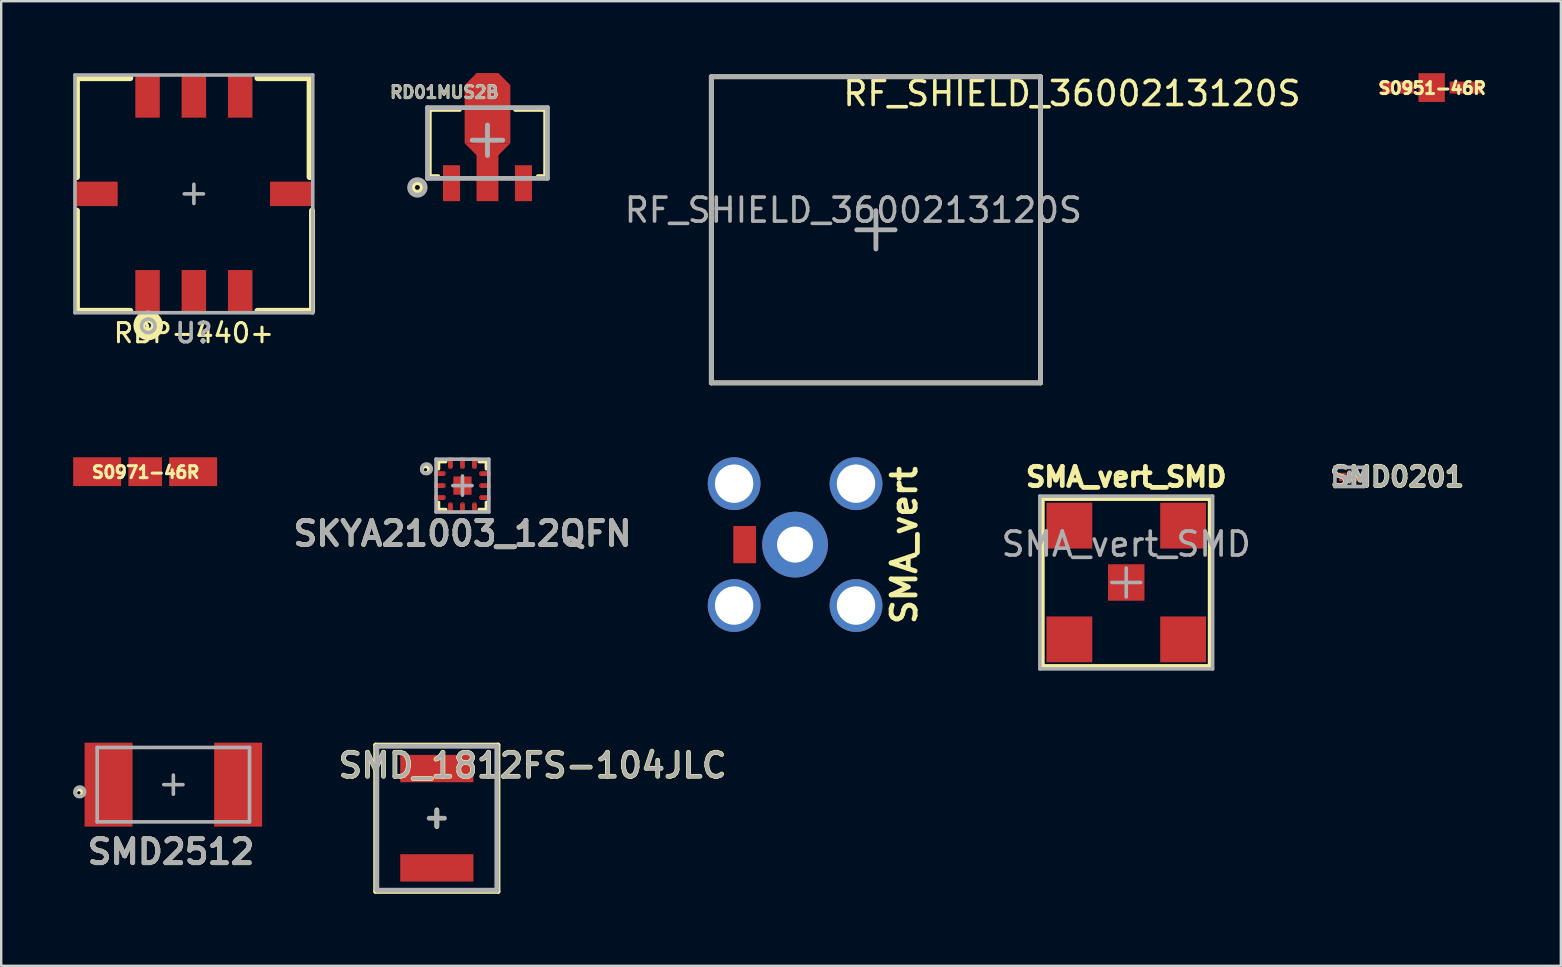
<source format=kicad_pcb>
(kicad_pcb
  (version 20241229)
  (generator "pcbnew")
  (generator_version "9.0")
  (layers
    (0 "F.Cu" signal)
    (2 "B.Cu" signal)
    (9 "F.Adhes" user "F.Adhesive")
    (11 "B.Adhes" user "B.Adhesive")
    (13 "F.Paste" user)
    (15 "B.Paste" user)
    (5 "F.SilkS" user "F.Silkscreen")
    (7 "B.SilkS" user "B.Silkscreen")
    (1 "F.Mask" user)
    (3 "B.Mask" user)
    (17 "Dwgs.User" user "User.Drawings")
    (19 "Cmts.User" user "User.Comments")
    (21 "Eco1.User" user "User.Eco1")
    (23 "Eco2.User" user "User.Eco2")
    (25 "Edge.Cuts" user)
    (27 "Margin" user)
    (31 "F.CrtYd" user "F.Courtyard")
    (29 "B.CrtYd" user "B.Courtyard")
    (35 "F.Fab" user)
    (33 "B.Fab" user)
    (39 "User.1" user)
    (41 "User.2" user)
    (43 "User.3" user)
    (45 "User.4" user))
  (footprint "SMD2512"
    (layer "F.Cu")
    (at 4.175 29.652)
    (property "Reference" "SMD2512" (at -0.1 2.8 0) (layer "F.SilkS") (effects (font (size 1 1) (thickness 0.2))))
    (attr through_hole)
    (fp_circle (center -3.94 0.34) (end -3.833 0.44) (stroke (width 0.152) (type solid)) (fill no) (layer "F.SilkS"))
    (fp_line (start -3.175 -1.55) (end -3.175 1.55) (stroke (width 0.15) (type solid)) (layer "F.Fab"))
    (fp_line (start -3.175 -1.55) (end 3.175 -1.55) (stroke (width 0.15) (type solid)) (layer "F.Fab"))
    (fp_line (start -3.175 1.55) (end 3.175 1.55) (stroke (width 0.15) (type solid)) (layer "F.Fab"))
    (fp_line (start -0.4 0) (end 0.4 0) (stroke (width 0.15) (type solid)) (layer "F.Fab"))
    (fp_line (start 0 -0.4) (end 0 0.4) (stroke (width 0.15) (type solid)) (layer "F.Fab"))
    (fp_line (start 3.175 -1.55) (end 3.175 1.55) (stroke (width 0.15) (type solid)) (layer "F.Fab"))
    (fp_circle (center -3.9 0.3) (end -3.7 0.3) (stroke (width 0.15) (type solid)) (fill no) (layer "F.Fab"))
    (fp_text user "${REFERENCE}" (at -0.1 2.8 0) (layer "F.Fab") (effects (font (size 1 1) (thickness 0.2))))
    (pad "1" smd rect (at -2.7 0) (size 2 3.5) (layers "F.Cu" "F.Mask" "F.Paste"))
    (pad "2" smd rect (at 2.7 0) (size 2 3.5) (layers "F.Cu" "F.Mask" "F.Paste")))
  (footprint "SKYA21003_12QFN"
    (layer "F.Cu")
    (at 16.224 17.188)
    (property "Reference" "SKYA21003_12QFN" (at 0 2 0) (layer "F.SilkS") (effects (font (size 1 1) (thickness 0.2))))
    (attr smd)
    (fp_line (start -1 -1) (end -1 -0.7) (stroke (width 0.15) (type solid)) (layer "F.SilkS"))
    (fp_line (start -1 -1) (end -0.7 -1) (stroke (width 0.15) (type solid)) (layer "F.SilkS"))
    (fp_line (start -1 0.7) (end -1 1) (stroke (width 0.15) (type solid)) (layer "F.SilkS"))
    (fp_line (start -1 1) (end -0.7 1) (stroke (width 0.15) (type solid)) (layer "F.SilkS"))
    (fp_line (start 1 -1) (end 0.7 -1) (stroke (width 0.15) (type solid)) (layer "F.SilkS"))
    (fp_line (start 1 -0.7) (end 1 -1) (stroke (width 0.15) (type solid)) (layer "F.SilkS"))
    (fp_line (start 1 0.7) (end 1 1) (stroke (width 0.15) (type solid)) (layer "F.SilkS"))
    (fp_line (start 1 1) (end 0.7 1) (stroke (width 0.15) (type solid)) (layer "F.SilkS"))
    (fp_circle (center -1.54 -0.66) (end -1.433 -0.56) (stroke (width 0.152) (type solid)) (fill no) (layer "F.SilkS"))
    (fp_line (start -1.1 -1.1) (end -1.1 1.1) (stroke (width 0.15) (type solid)) (layer "F.Fab"))
    (fp_line (start -0.4 0) (end 0.4 0) (stroke (width 0.15) (type solid)) (layer "F.Fab"))
    (fp_line (start 0 -0.4) (end 0 0.4) (stroke (width 0.15) (type solid)) (layer "F.Fab"))
    (fp_line (start 1.1 -1.1) (end -1.1 -1.1) (stroke (width 0.15) (type solid)) (layer "F.Fab"))
    (fp_line (start 1.1 -1.1) (end 1.1 1.1) (stroke (width 0.15) (type solid)) (layer "F.Fab"))
    (fp_line (start 1.1 1.1) (end -1.1 1.1) (stroke (width 0.15) (type solid)) (layer "F.Fab"))
    (fp_circle (center -1.5 -0.7) (end -1.3 -0.7) (stroke (width 0.15) (type solid)) (fill no) (layer "F.Fab"))
    (fp_text user "${REFERENCE}" (at 0 2 0) (layer "F.Fab") (effects (font (size 1 1) (thickness 0.2))))
    (pad "1" smd rect (at -0.96 -0.5) (size 0.44 0.2) (layers "F.Cu" "F.Mask" "F.Paste"))
    (pad "1" smd trapezoid (at -0.72 -0.5 270) (size 0.15 0.04) (rect_delta 0 0.05) (layers "F.Cu" "F.Mask" "F.Paste"))
    (pad "1" smd rect (at 0 0) (size 0.7 0.7) (layers "F.Cu" "F.Mask" "F.Paste"))
    (pad "1" smd rect (at 0 0) (size 0.76 0.76) (layers "F.Cu" "F.Mask"))
    (pad "2" smd rect (at -0.96 0) (size 0.44 0.2) (layers "F.Cu" "F.Mask" "F.Paste"))
    (pad "2" smd trapezoid (at -0.72 0 270) (size 0.15 0.04) (rect_delta 0 0.05) (layers "F.Cu" "F.Mask" "F.Paste"))
    (pad "3" smd rect (at -0.96 0.5) (size 0.44 0.2) (layers "F.Cu" "F.Mask" "F.Paste"))
    (pad "3" smd trapezoid (at -0.72 0.5 270) (size 0.15 0.04) (rect_delta 0 0.05) (layers "F.Cu" "F.Mask" "F.Paste"))
    (pad "4" smd trapezoid (at -0.5 0.72) (size 0.15 0.04) (rect_delta 0 0.05) (layers "F.Cu" "F.Mask" "F.Paste"))
    (pad "4" smd rect (at -0.5 0.96) (size 0.2 0.44) (layers "F.Cu" "F.Mask" "F.Paste"))
    (pad "5" smd trapezoid (at 0 0.72) (size 0.15 0.04) (rect_delta 0 0.05) (layers "F.Cu" "F.Mask" "F.Paste"))
    (pad "5" smd rect (at 0 0.96) (size 0.2 0.44) (layers "F.Cu" "F.Mask" "F.Paste"))
    (pad "6" smd trapezoid (at 0.5 0.72) (size 0.15 0.04) (rect_delta 0 0.05) (layers "F.Cu" "F.Mask" "F.Paste"))
    (pad "6" smd rect (at 0.5 0.96) (size 0.2 0.44) (layers "F.Cu" "F.Mask" "F.Paste"))
    (pad "7" smd trapezoid (at 0.72 0.5 90) (size 0.15 0.04) (rect_delta 0 0.05) (layers "F.Cu" "F.Mask" "F.Paste"))
    (pad "7" smd rect (at 0.96 0.5) (size 0.44 0.2) (layers "F.Cu" "F.Mask" "F.Paste"))
    (pad "8" smd trapezoid (at 0.72 0 90) (size 0.15 0.04) (rect_delta 0 0.05) (layers "F.Cu" "F.Mask" "F.Paste"))
    (pad "8" smd rect (at 0.96 0) (size 0.44 0.2) (layers "F.Cu" "F.Mask" "F.Paste"))
    (pad "9" smd trapezoid (at 0.72 -0.5 90) (size 0.15 0.04) (rect_delta 0 0.05) (layers "F.Cu" "F.Mask" "F.Paste"))
    (pad "9" smd rect (at 0.96 -0.5) (size 0.44 0.2) (layers "F.Cu" "F.Mask" "F.Paste"))
    (pad "10" smd rect (at 0.5 -0.96) (size 0.2 0.44) (layers "F.Cu" "F.Mask" "F.Paste"))
    (pad "10" smd trapezoid (at 0.5 -0.72 180) (size 0.15 0.04) (rect_delta 0 0.05) (layers "F.Cu" "F.Mask" "F.Paste"))
    (pad "11" smd rect (at 0 -0.96) (size 0.2 0.44) (layers "F.Cu" "F.Mask" "F.Paste"))
    (pad "11" smd trapezoid (at 0 -0.72 180) (size 0.15 0.04) (rect_delta 0 0.05) (layers "F.Cu" "F.Mask" "F.Paste"))
    (pad "12" smd rect (at -0.5 -0.96) (size 0.2 0.44) (layers "F.Cu" "F.Mask" "F.Paste"))
    (pad "12" smd trapezoid (at -0.5 -0.72 180) (size 0.15 0.04) (rect_delta 0 0.05) (layers "F.Cu" "F.Mask" "F.Paste")))
  (footprint "S0951-46R"
    (layer "F.Cu")
    (at 56.618 0.6)
    (property "Reference" "S0951-46R" (at 0.02 0.025 0) (layer "F.SilkS") (effects (font (size 0.5 0.5) (thickness 0.125))))
    (attr through_hole)
    (pad "" smd rect (at -1.81 0) (size 0.48 0.5) (layers "F.Cu" "F.Mask" "F.Paste"))
    (pad "" smd rect (at -1.1 0) (size 0.7 0.5) (layers "F.Cu" "F.Mask" "F.Paste"))
    (pad "" smd rect (at 0 0) (size 1.1 1.2) (layers "F.Cu" "F.Mask" "F.Paste"))
    (pad "" smd rect (at 1.1 0) (size 0.7 0.5) (layers "F.Cu" "F.Mask" "F.Paste"))
    (pad "" smd rect (at 1.81 0) (size 0.48 0.5) (layers "F.Cu" "F.Mask" "F.Paste")))
  (footprint "SMA_vert"
    (layer "F.Cu")
    (at 30.087 19.648)
    (property "Reference" "SMA_vert" (at 4.55 0.025 90) (layer "F.SilkS") (effects (font (size 1 1) (thickness 0.2))))
    (attr through_hole)
    (pad "1" smd rect (at -2.1 0 90) (size 1.55 0.95) (layers "F.Cu"))
    (pad "1" thru_hole circle (at 0 0) (size 2.741 2.741) (drill 1.501) (layers "*.Cu" "*.Mask" "B.Paste"))
    (pad "2" thru_hole circle (at -2.54 -2.54) (size 2.2 2.2) (drill 1.6) (layers "*.Cu" "*.Mask" "B.Paste"))
    (pad "3" thru_hole circle (at -2.54 2.54) (size 2.2 2.2) (drill 1.6) (layers "*.Cu" "*.Mask" "B.Paste"))
    (pad "4" thru_hole circle (at 2.54 2.54) (size 2.2 2.2) (drill 1.6) (layers "*.Cu" "*.Mask" "B.Paste"))
    (pad "5" thru_hole circle (at 2.54 -2.54) (size 2.2 2.2) (drill 1.6) (layers "*.Cu" "*.Mask" "B.Paste")))
  (footprint "SMA_vert_SMD"
    (layer "F.Cu")
    (at 43.889 21.227)
    (property "Reference" "SMA_vert_SMD" (at 0 -4.4 0) (layer "F.SilkS") (effects (font (size 0.8 0.8) (thickness 0.2))))
    (attr through_hole)
    (fp_line (start -3.5 -3.5) (end -3.5 3.5) (stroke (width 0.2) (type solid)) (layer "F.SilkS"))
    (fp_line (start -3.5 3.5) (end 3.5 3.5) (stroke (width 0.2) (type solid)) (layer "F.SilkS"))
    (fp_line (start 3.5 -3.5) (end -3.5 -3.5) (stroke (width 0.2) (type solid)) (layer "F.SilkS"))
    (fp_line (start 3.5 3.5) (end 3.5 -3.5) (stroke (width 0.2) (type solid)) (layer "F.SilkS"))
    (fp_line (start -3.6 -3.6) (end 3.6 -3.6) (stroke (width 0.15) (type solid)) (layer "F.Fab"))
    (fp_line (start -3.6 3.6) (end -3.6 -3.6) (stroke (width 0.15) (type solid)) (layer "F.Fab"))
    (fp_line (start -0.6 0) (end 0.6 0) (stroke (width 0.15) (type solid)) (layer "F.Fab"))
    (fp_line (start 0 -0.6) (end 0 0.6) (stroke (width 0.15) (type solid)) (layer "F.Fab"))
    (fp_line (start 3.6 -3.6) (end 3.6 3.6) (stroke (width 0.15) (type solid)) (layer "F.Fab"))
    (fp_line (start 3.6 3.6) (end -3.6 3.6) (stroke (width 0.15) (type solid)) (layer "F.Fab"))
    (fp_text user "${REFERENCE}" (at 0 -1.6 0) (layer "F.Fab") (effects (font (size 1 1) (thickness 0.15))))
    (pad "1" smd rect (at 0 0) (size 1.52 1.52) (layers "F.Cu" "F.Mask" "F.Paste"))
    (pad "2" smd rect (at -2.37 -2.37) (size 1.91 1.91) (layers "F.Cu" "F.Mask" "F.Paste"))
    (pad "3" smd rect (at -2.37 2.37) (size 1.91 1.91) (layers "F.Cu" "F.Mask" "F.Paste"))
    (pad "4" smd rect (at 2.37 2.37) (size 1.91 1.91) (layers "F.Cu" "F.Mask" "F.Paste"))
    (pad "5" smd rect (at 2.37 -2.37) (size 1.91 1.91) (layers "F.Cu" "F.Mask" "F.Paste")))
  (footprint "SMD_1812FS-104JLC"
    (layer "F.Cu")
    (at 15.156 31.052)
    (property "Reference" "SMD_1812FS-104JLC" (at 3.99 -2.2 0) (layer "F.SilkS") (effects (font (size 1 1) (thickness 0.2))))
    (attr through_hole)
    (fp_line (start -2.55 -3.05) (end -2.55 3.05) (stroke (width 0.2) (type solid)) (layer "F.SilkS"))
    (fp_line (start -2.55 3.05) (end 2.55 3.05) (stroke (width 0.2) (type solid)) (layer "F.SilkS"))
    (fp_line (start 0 -0.348) (end 0 0.348) (stroke (width 0.196) (type solid)) (layer "F.SilkS"))
    (fp_line (start 2.55 -3.05) (end -2.55 -3.05) (stroke (width 0.2) (type solid)) (layer "F.SilkS"))
    (fp_line (start 2.55 3.05) (end 2.55 -3.05) (stroke (width 0.2) (type solid)) (layer "F.SilkS"))
    (fp_line (start -2.5 -3) (end -2.5 3) (stroke (width 0.2) (type solid)) (layer "F.Fab"))
    (fp_line (start -2.5 -3) (end 2.5 -3) (stroke (width 0.2) (type solid)) (layer "F.Fab"))
    (fp_line (start -2.5 3) (end 2.5 3) (stroke (width 0.2) (type solid)) (layer "F.Fab"))
    (fp_line (start -0.318 0) (end 0.318 0) (stroke (width 0.2) (type solid)) (layer "F.Fab"))
    (fp_line (start 0 -0.318) (end 0 0.318) (stroke (width 0.2) (type solid)) (layer "F.Fab"))
    (fp_line (start 2.5 -3) (end 2.5 3) (stroke (width 0.2) (type solid)) (layer "F.Fab"))
    (fp_text user "${REFERENCE}" (at 3.99 -2.2 0) (layer "F.Fab") (effects (font (size 1 1) (thickness 0.15))))
    (pad "1" smd rect (at 0 2.07) (size 3.05 1.14) (layers "F.Cu" "F.Mask" "F.Paste"))
    (pad "2" smd rect (at 0 -2.07) (size 3.05 1.14) (layers "F.Cu" "F.Mask" "F.Paste")))
  (footprint "RD01MUS2B"
    (layer "F.Cu")
    (at 17.267 2.794)
    (property "Reference" "RD01MUS2B" (at -1.8 -2 0) (layer "F.SilkS") (effects (font (size 0.5 0.5) (thickness 0.125))))
    (attr through_hole)
    (fp_line (start -2.4 -1.26) (end -1.15 -1.26) (stroke (width 0.15) (type solid)) (layer "F.SilkS"))
    (fp_line (start -2.4 1.49) (end -2.4 -1.26) (stroke (width 0.15) (type solid)) (layer "F.SilkS"))
    (fp_line (start -2.05 1.49) (end -2.4 1.49) (stroke (width 0.15) (type solid)) (layer "F.SilkS"))
    (fp_line (start 2.1 1.49) (end 2.4 1.49) (stroke (width 0.15) (type solid)) (layer "F.SilkS"))
    (fp_line (start 2.4 -1.26) (end 1.15 -1.26) (stroke (width 0.15) (type solid)) (layer "F.SilkS"))
    (fp_line (start 2.4 1.49) (end 2.4 -1.26) (stroke (width 0.15) (type solid)) (layer "F.SilkS"))
    (fp_circle (center -2.921 1.968) (end -2.731 2.032) (stroke (width 0.2) (type solid)) (fill no) (layer "F.SilkS"))
    (fp_line (start -2.5 -1.36) (end -2.5 1.59) (stroke (width 0.2) (type solid)) (layer "F.Fab"))
    (fp_line (start -2.5 1.59) (end 2.5 1.59) (stroke (width 0.2) (type solid)) (layer "F.Fab"))
    (fp_line (start -0.635 0) (end 0.635 0) (stroke (width 0.2) (type solid)) (layer "F.Fab"))
    (fp_line (start 0 -0.635) (end 0 0.635) (stroke (width 0.2) (type solid)) (layer "F.Fab"))
    (fp_line (start 2.5 -1.36) (end -2.5 -1.36) (stroke (width 0.2) (type solid)) (layer "F.Fab"))
    (fp_line (start 2.5 1.59) (end 2.5 -1.36) (stroke (width 0.2) (type solid)) (layer "F.Fab"))
    (fp_circle (center -2.921 1.968) (end -2.603 2.032) (stroke (width 0.2) (type solid)) (fill no) (layer "F.Fab"))
    (fp_text user "${REFERENCE}" (at -1.8 -2 0) (layer "F.Fab") (effects (font (size 0.5 0.5) (thickness 0.1))))
    (pad "1" smd rect (at -1.499 1.791) (size 0.711 1.499) (layers "F.Cu" "F.Mask" "F.Paste"))
    (pad "2" smd trapezoid (at 0 -2.546) (size 1.41 0.495) (rect_delta 0 0.495) (layers "F.Cu" "F.Mask" "F.Paste"))
    (pad "2" smd rect (at 0 -1.086) (size 1.905 2.426) (layers "F.Cu" "F.Mask" "F.Paste"))
    (pad "2" smd rect (at 0 -0.127) (size 0.914 5.334) (layers "F.Cu" "F.Mask" "F.Paste"))
    (pad "2" smd trapezoid (at 0 0.375 180) (size 1.41 0.495) (rect_delta 0 0.495) (layers "F.Cu" "F.Mask" "F.Paste"))
    (pad "3" smd rect (at 1.499 1.791) (size 0.711 1.499) (layers "F.Cu" "F.Mask" "F.Paste")))
  (footprint "RF_SHIELD_3600213120S"
    (layer "F.Cu")
    (at 33.456 6.528)
    (property "Reference" "RF_SHIELD_3600213120S" (at 8.17 -5.68 0) (layer "F.SilkS") (effects (font (size 1 1) (thickness 0.15))))
    (attr through_hole)
    (fp_line (start -6.86 -6.38) (end -6.86 6.38) (stroke (width 0.2) (type solid)) (layer "F.SilkS"))
    (fp_line (start -6.86 -6.38) (end 6.86 -6.38) (stroke (width 0.2) (type solid)) (layer "F.SilkS"))
    (fp_line (start -6.86 6.38) (end 6.86 6.38) (stroke (width 0.2) (type solid)) (layer "F.SilkS"))
    (fp_line (start 6.86 -6.38) (end 6.86 6.38) (stroke (width 0.2) (type solid)) (layer "F.SilkS"))
    (fp_line (start -6.86 -6.38) (end -6.86 6.38) (stroke (width 0.2) (type solid)) (layer "F.Fab"))
    (fp_line (start -6.86 6.38) (end 6.86 6.38) (stroke (width 0.2) (type solid)) (layer "F.Fab"))
    (fp_line (start -0.8 0) (end 0.8 0) (stroke (width 0.2) (type solid)) (layer "F.Fab"))
    (fp_line (start 0 -0.8) (end 0 0.8) (stroke (width 0.2) (type solid)) (layer "F.Fab"))
    (fp_line (start 6.86 -6.38) (end -6.86 -6.38) (stroke (width 0.2) (type solid)) (layer "F.Fab"))
    (fp_line (start 6.86 6.38) (end 6.86 -6.38) (stroke (width 0.2) (type solid)) (layer "F.Fab"))
    (fp_text user "${REFERENCE}" (at -0.94 -0.82 0) (layer "F.Fab") (effects (font (size 1 1) (thickness 0.15)))))
  (footprint "SMD0201"
    (layer "F.Cu")
    (at 53.186 16.827)
    (property "Reference" "SMD0201" (at 2 0 0) (layer "F.SilkS") (effects (font (size 0.8 0.8) (thickness 0.2))))
    (attr smd)
    (fp_line (start 0 -0.15) (end 0 0.15) (stroke (width 0.2) (type solid)) (layer "F.SilkS"))
    (fp_line (start -0.6 -0.4) (end 0.6 -0.4) (stroke (width 0.15) (type solid)) (layer "F.Fab"))
    (fp_line (start -0.6 0.4) (end -0.6 -0.4) (stroke (width 0.15) (type solid)) (layer "F.Fab"))
    (fp_line (start -0.2 0) (end 0.2 0) (stroke (width 0.15) (type solid)) (layer "F.Fab"))
    (fp_line (start 0 0.2) (end 0 -0.2) (stroke (width 0.15) (type solid)) (layer "F.Fab"))
    (fp_line (start 0.6 -0.4) (end 0.6 0.4) (stroke (width 0.15) (type solid)) (layer "F.Fab"))
    (fp_line (start 0.6 0.4) (end -0.6 0.4) (stroke (width 0.15) (type solid)) (layer "F.Fab"))
    (fp_text user "${REFERENCE}" (at 2 0 0) (layer "F.Fab") (effects (font (size 0.8 0.8) (thickness 0.15))))
    (pad "1" smd rect (at -0.275 0) (size 0.3 0.35) (layers "F.Cu" "F.Mask" "F.Paste"))
    (pad "2" smd rect (at 0.275 0) (size 0.3 0.35) (layers "F.Cu" "F.Mask" "F.Paste")))
  (footprint "RBP-440+"
    (layer "F.Cu")
    (at 5.03 5.03)
    (property "Reference" "RBP-440+" (at 0 5.8 0) (layer "F.SilkS") (effects (font (size 0.8 0.8) (thickness 0.125))))
    (attr smd)
    (fp_line (start -4.875 -4.8) (end -4.875 -0.7) (stroke (width 0.25) (type solid)) (layer "F.SilkS"))
    (fp_line (start -4.875 0.7) (end -4.875 4.8) (stroke (width 0.25) (type solid)) (layer "F.SilkS"))
    (fp_line (start -4.85 -4.825) (end -2.65 -4.825) (stroke (width 0.25) (type solid)) (layer "F.SilkS"))
    (fp_line (start -4.85 4.875) (end -2.65 4.875) (stroke (width 0.25) (type solid)) (layer "F.SilkS"))
    (fp_line (start 2.65 -4.825) (end 4.85 -4.825) (stroke (width 0.25) (type solid)) (layer "F.SilkS"))
    (fp_line (start 2.65 4.875) (end 4.85 4.875) (stroke (width 0.25) (type solid)) (layer "F.SilkS"))
    (fp_line (start 4.825 -4.8) (end 4.825 -0.7) (stroke (width 0.25) (type solid)) (layer "F.SilkS"))
    (fp_line (start 4.925 0.7) (end 4.925 4.9) (stroke (width 0.25) (type solid)) (layer "F.SilkS"))
    (fp_circle (center -1.903 5.484) (end -1.801 5.428) (stroke (width 0.5) (type solid)) (fill no) (layer "F.SilkS"))
    (fp_line (start -4.955 -4.955) (end 4.955 -4.955) (stroke (width 0.15) (type solid)) (layer "F.Fab"))
    (fp_line (start -4.955 4.955) (end -4.955 -4.955) (stroke (width 0.15) (type solid)) (layer "F.Fab"))
    (fp_line (start -0.4 0) (end 0.4 0) (stroke (width 0.15) (type solid)) (layer "F.Fab"))
    (fp_line (start 0 -0.4) (end 0 0.4) (stroke (width 0.15) (type solid)) (layer "F.Fab"))
    (fp_line (start 4.955 -4.955) (end 4.955 4.955) (stroke (width 0.15) (type solid)) (layer "F.Fab"))
    (fp_line (start 4.955 4.955) (end -4.955 4.955) (stroke (width 0.15) (type solid)) (layer "F.Fab"))
    (fp_circle (center -1.9 5.5) (end -1.7 5.7) (stroke (width 0.15) (type solid)) (fill no) (layer "F.Fab"))
    (fp_text user "U?" (at 0 5.8 0) (layer "F.Fab") (effects (font (size 0.8 0.8) (thickness 0.15))))
    (pad "1" smd rect (at -1.93 4.065) (size 1.02 1.78) (layers "F.Cu" "F.Mask" "F.Paste"))
    (pad "2" smd rect (at 0 4.065) (size 1.02 1.78) (layers "F.Cu" "F.Mask" "F.Paste"))
    (pad "3" smd rect (at 1.93 4.065) (size 1.02 1.78) (layers "F.Cu" "F.Mask" "F.Paste"))
    (pad "4" smd rect (at 4.065 0) (size 1.78 1.02) (layers "F.Cu" "F.Mask" "F.Paste"))
    (pad "5" smd rect (at 1.93 -4.065) (size 1.02 1.78) (layers "F.Cu" "F.Mask" "F.Paste"))
    (pad "6" smd rect (at 0 -4.065) (size 1.02 1.78) (layers "F.Cu" "F.Mask" "F.Paste"))
    (pad "7" smd rect (at -1.93 -4.065) (size 1.02 1.78) (layers "F.Cu" "F.Mask" "F.Paste"))
    (pad "8" smd rect (at -4.065 0) (size 1.78 1.02) (layers "F.Cu" "F.Mask" "F.Paste")))
  (footprint "S0971-46R"
    (layer "F.Cu")
    (at 3 16.608)
    (property "Reference" "S0971-46R" (at 0.02 0.025 0) (layer "F.SilkS") (effects (font (size 0.5 0.5) (thickness 0.125))))
    (attr through_hole)
    (pad "" smd rect (at -2 0) (size 2 1.2) (layers "F.Cu" "F.Mask" "F.Paste"))
    (pad "" smd rect (at 0 0) (size 1.4 1.2) (layers "F.Cu" "F.Mask" "F.Paste"))
    (pad "" smd rect (at 2 0) (size 2 1.2) (layers "F.Cu" "F.Mask" "F.Paste")))
  (gr_rect
    (start -3 -3)
    (end 62.002 37.202)
    (stroke (width 0.1) (type default))
    (fill no)
    (layer "Edge.Cuts")))
</source>
